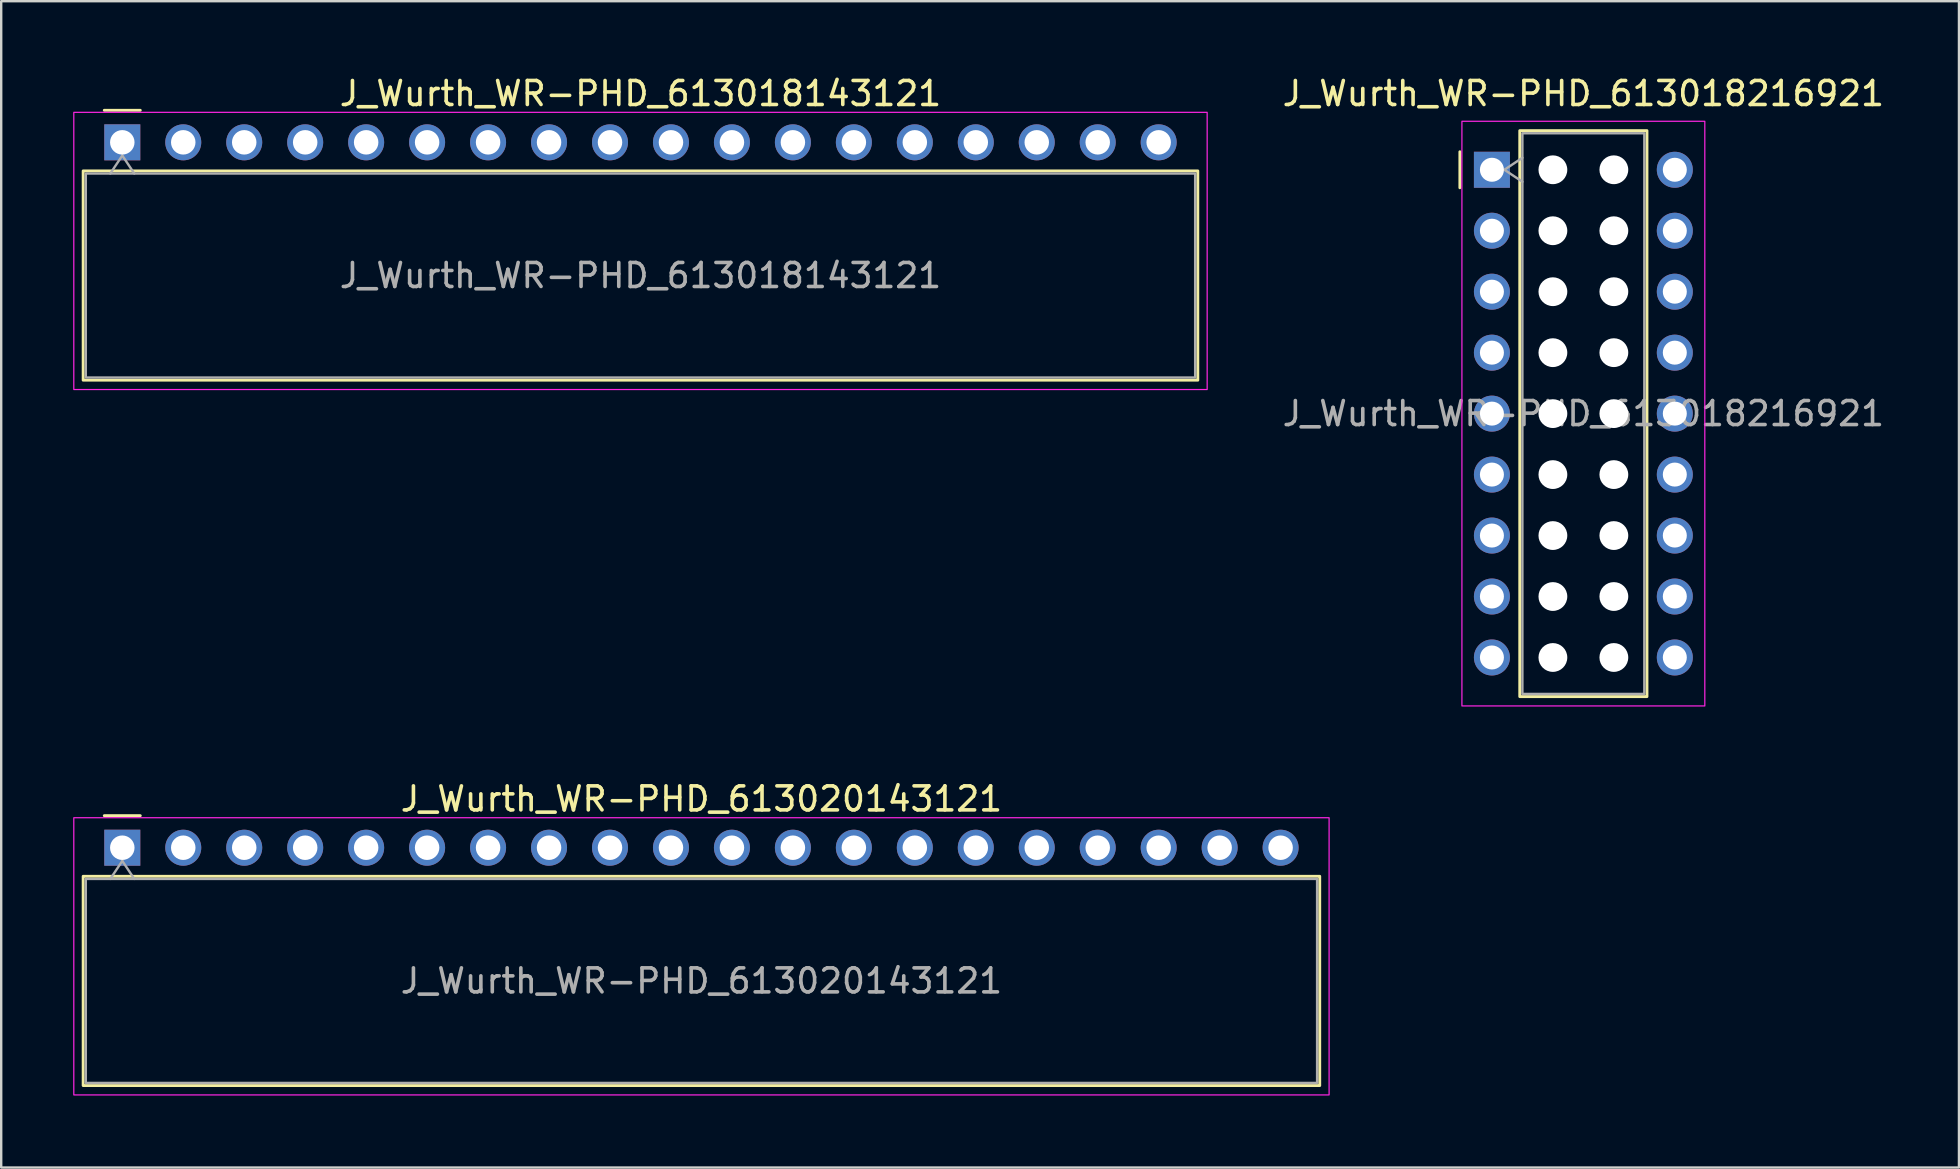
<source format=kicad_pcb>
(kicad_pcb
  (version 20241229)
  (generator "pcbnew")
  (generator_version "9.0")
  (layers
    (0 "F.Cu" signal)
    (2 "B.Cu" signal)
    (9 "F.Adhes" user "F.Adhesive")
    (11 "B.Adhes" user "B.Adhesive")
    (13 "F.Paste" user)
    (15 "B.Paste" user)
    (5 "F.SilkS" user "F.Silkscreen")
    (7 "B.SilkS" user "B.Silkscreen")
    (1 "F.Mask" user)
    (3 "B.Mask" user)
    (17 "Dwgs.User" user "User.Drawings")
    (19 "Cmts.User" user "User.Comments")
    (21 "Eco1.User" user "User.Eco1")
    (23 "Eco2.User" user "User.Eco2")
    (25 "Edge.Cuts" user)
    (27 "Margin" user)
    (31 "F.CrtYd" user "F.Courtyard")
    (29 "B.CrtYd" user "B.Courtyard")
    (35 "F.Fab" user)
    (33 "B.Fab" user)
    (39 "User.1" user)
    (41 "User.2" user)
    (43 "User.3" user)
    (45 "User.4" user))
  (footprint "J_Wurth_WR-PHD_613018216921"
    (layer "F.Cu")
    (at 59.109 4.023)
    (property "Reference" "J_Wurth_WR-PHD_613018216921" (at 3.81 -3.175 0) (unlocked yes) (layer "F.SilkS") (effects (font (size 1 1) (thickness 0.15))))
    (attr through_hole)
    (fp_line (start -1.335 -0.75) (end -1.335 0.75) (stroke (width 0.12) (type solid)) (layer "F.SilkS"))
    (fp_rect (start 1.16 -1.63) (end 6.46 21.95) (stroke (width 0.12) (type solid)) (fill no) (layer "F.SilkS"))
    (fp_rect (start -1.25 -2.02) (end 8.87 22.34) (stroke (width 0.05) (type solid)) (fill no) (layer "F.CrtYd"))
    (fp_line (start 0.52 0) (end 1.27 -0.5) (stroke (width 0.1) (type solid)) (layer "F.Fab"))
    (fp_line (start 0.52 0) (end 1.27 0.5) (stroke (width 0.1) (type solid)) (layer "F.Fab"))
    (fp_rect (start 1.27 -1.52) (end 6.35 21.84) (stroke (width 0.1) (type solid)) (fill no) (layer "F.Fab"))
    (fp_text user "${REFERENCE}" (at 3.81 10.16 0) (unlocked yes) (layer "F.Fab") (effects (font (size 1 1) (thickness 0.15))))
    (pad "" np_thru_hole circle (at 2.54 0 270) (size 1.2 1.2) (drill 1.2) (layers "*.Cu" "*.Mask"))
    (pad "" np_thru_hole circle (at 2.54 2.54 270) (size 1.2 1.2) (drill 1.2) (layers "*.Cu" "*.Mask"))
    (pad "" np_thru_hole circle (at 2.54 5.08 270) (size 1.2 1.2) (drill 1.2) (layers "*.Cu" "*.Mask"))
    (pad "" np_thru_hole circle (at 2.54 7.62 270) (size 1.2 1.2) (drill 1.2) (layers "*.Cu" "*.Mask"))
    (pad "" np_thru_hole circle (at 2.54 10.16 270) (size 1.2 1.2) (drill 1.2) (layers "*.Cu" "*.Mask"))
    (pad "" np_thru_hole circle (at 2.54 12.7 270) (size 1.2 1.2) (drill 1.2) (layers "*.Cu" "*.Mask"))
    (pad "" np_thru_hole circle (at 2.54 15.24 270) (size 1.2 1.2) (drill 1.2) (layers "*.Cu" "*.Mask"))
    (pad "" np_thru_hole circle (at 2.54 17.78 270) (size 1.2 1.2) (drill 1.2) (layers "*.Cu" "*.Mask"))
    (pad "" np_thru_hole circle (at 2.54 20.32 270) (size 1.2 1.2) (drill 1.2) (layers "*.Cu" "*.Mask"))
    (pad "" np_thru_hole circle (at 5.08 0 270) (size 1.2 1.2) (drill 1.2) (layers "*.Cu" "*.Mask"))
    (pad "" np_thru_hole circle (at 5.08 2.54 270) (size 1.2 1.2) (drill 1.2) (layers "*.Cu" "*.Mask"))
    (pad "" np_thru_hole circle (at 5.08 5.08 270) (size 1.2 1.2) (drill 1.2) (layers "*.Cu" "*.Mask"))
    (pad "" np_thru_hole circle (at 5.08 7.62 270) (size 1.2 1.2) (drill 1.2) (layers "*.Cu" "*.Mask"))
    (pad "" np_thru_hole circle (at 5.08 10.16 270) (size 1.2 1.2) (drill 1.2) (layers "*.Cu" "*.Mask"))
    (pad "" np_thru_hole circle (at 5.08 12.7 270) (size 1.2 1.2) (drill 1.2) (layers "*.Cu" "*.Mask"))
    (pad "" np_thru_hole circle (at 5.08 15.24 270) (size 1.2 1.2) (drill 1.2) (layers "*.Cu" "*.Mask"))
    (pad "" np_thru_hole circle (at 5.08 17.78 270) (size 1.2 1.2) (drill 1.2) (layers "*.Cu" "*.Mask"))
    (pad "" np_thru_hole circle (at 5.08 20.32 270) (size 1.2 1.2) (drill 1.2) (layers "*.Cu" "*.Mask"))
    (pad "1" thru_hole rect (at 0 0 270) (size 1.5 1.5) (drill 1) (layers "*.Cu" "*.Mask"))
    (pad "2" thru_hole circle (at 7.62 0 270) (size 1.5 1.5) (drill 1) (layers "*.Cu" "*.Mask"))
    (pad "3" thru_hole circle (at 0 2.54 270) (size 1.5 1.5) (drill 1) (layers "*.Cu" "*.Mask"))
    (pad "4" thru_hole circle (at 7.62 2.54 270) (size 1.5 1.5) (drill 1) (layers "*.Cu" "*.Mask"))
    (pad "5" thru_hole circle (at 0 5.08 270) (size 1.5 1.5) (drill 1) (layers "*.Cu" "*.Mask"))
    (pad "6" thru_hole circle (at 7.62 5.08 270) (size 1.5 1.5) (drill 1) (layers "*.Cu" "*.Mask"))
    (pad "7" thru_hole circle (at 0 7.62 270) (size 1.5 1.5) (drill 1) (layers "*.Cu" "*.Mask"))
    (pad "8" thru_hole circle (at 7.62 7.62 270) (size 1.5 1.5) (drill 1) (layers "*.Cu" "*.Mask"))
    (pad "9" thru_hole circle (at 0 10.16 270) (size 1.5 1.5) (drill 1) (layers "*.Cu" "*.Mask"))
    (pad "10" thru_hole circle (at 7.62 10.16 270) (size 1.5 1.5) (drill 1) (layers "*.Cu" "*.Mask"))
    (pad "11" thru_hole circle (at 0 12.7 270) (size 1.5 1.5) (drill 1) (layers "*.Cu" "*.Mask"))
    (pad "12" thru_hole circle (at 7.62 12.7 270) (size 1.5 1.5) (drill 1) (layers "*.Cu" "*.Mask"))
    (pad "13" thru_hole circle (at 0 15.24 270) (size 1.5 1.5) (drill 1) (layers "*.Cu" "*.Mask"))
    (pad "14" thru_hole circle (at 7.62 15.24 270) (size 1.5 1.5) (drill 1) (layers "*.Cu" "*.Mask"))
    (pad "15" thru_hole circle (at 0 17.78 270) (size 1.5 1.5) (drill 1) (layers "*.Cu" "*.Mask"))
    (pad "16" thru_hole circle (at 7.62 17.78 270) (size 1.5 1.5) (drill 1) (layers "*.Cu" "*.Mask"))
    (pad "17" thru_hole circle (at 0 20.32 270) (size 1.5 1.5) (drill 1) (layers "*.Cu" "*.Mask"))
    (pad "18" thru_hole circle (at 7.62 20.32 270) (size 1.5 1.5) (drill 1) (layers "*.Cu" "*.Mask")))
  (footprint "J_Wurth_WR-PHD_613018143121"
    (layer "F.Cu")
    (at 2.045 2.88)
    (property "Reference" "J_Wurth_WR-PHD_613018143121" (at 21.59 -2.032 0) (unlocked yes) (layer "F.SilkS") (effects (font (size 1 1) (thickness 0.15))))
    (attr through_hole)
    (fp_line (start -0.75 -1.335) (end 0.75 -1.335) (stroke (width 0.12) (type solid)) (layer "F.SilkS"))
    (fp_rect (start -1.63 1.19) (end 44.81 9.91) (stroke (width 0.12) (type solid)) (fill no) (layer "F.SilkS"))
    (fp_rect (start -2.02 -1.25) (end 45.2 10.3) (stroke (width 0.05) (type solid)) (fill no) (layer "F.CrtYd"))
    (fp_line (start 0 0.55) (end -0.5 1.3) (stroke (width 0.1) (type solid)) (layer "F.Fab"))
    (fp_line (start 0 0.55) (end 0.5 1.3) (stroke (width 0.1) (type solid)) (layer "F.Fab"))
    (fp_rect (start -1.52 1.3) (end 44.7 9.8) (stroke (width 0.1) (type solid)) (fill no) (layer "F.Fab"))
    (fp_text user "${REFERENCE}" (at 21.59 5.55 0) (unlocked yes) (layer "F.Fab") (effects (font (size 1 1) (thickness 0.15))))
    (pad "1" thru_hole rect (at 0 0) (size 1.5 1.5) (drill 1.02) (layers "*.Cu" "*.Mask"))
    (pad "2" thru_hole circle (at 2.54 0) (size 1.5 1.5) (drill 1.02) (layers "*.Cu" "*.Mask"))
    (pad "3" thru_hole circle (at 5.08 0) (size 1.5 1.5) (drill 1.02) (layers "*.Cu" "*.Mask"))
    (pad "4" thru_hole circle (at 7.62 0) (size 1.5 1.5) (drill 1.02) (layers "*.Cu" "*.Mask"))
    (pad "5" thru_hole circle (at 10.16 0) (size 1.5 1.5) (drill 1.02) (layers "*.Cu" "*.Mask"))
    (pad "6" thru_hole circle (at 12.7 0) (size 1.5 1.5) (drill 1.02) (layers "*.Cu" "*.Mask"))
    (pad "7" thru_hole circle (at 15.24 0) (size 1.5 1.5) (drill 1.02) (layers "*.Cu" "*.Mask"))
    (pad "8" thru_hole circle (at 17.78 0) (size 1.5 1.5) (drill 1.02) (layers "*.Cu" "*.Mask"))
    (pad "9" thru_hole circle (at 20.32 0) (size 1.5 1.5) (drill 1.02) (layers "*.Cu" "*.Mask"))
    (pad "10" thru_hole circle (at 22.86 0) (size 1.5 1.5) (drill 1.02) (layers "*.Cu" "*.Mask"))
    (pad "11" thru_hole circle (at 25.4 0) (size 1.5 1.5) (drill 1.02) (layers "*.Cu" "*.Mask"))
    (pad "12" thru_hole circle (at 27.94 0) (size 1.5 1.5) (drill 1.02) (layers "*.Cu" "*.Mask"))
    (pad "13" thru_hole circle (at 30.48 0) (size 1.5 1.5) (drill 1.02) (layers "*.Cu" "*.Mask"))
    (pad "14" thru_hole circle (at 33.02 0) (size 1.5 1.5) (drill 1.02) (layers "*.Cu" "*.Mask"))
    (pad "15" thru_hole circle (at 35.56 0) (size 1.5 1.5) (drill 1.02) (layers "*.Cu" "*.Mask"))
    (pad "16" thru_hole circle (at 38.1 0) (size 1.5 1.5) (drill 1.02) (layers "*.Cu" "*.Mask"))
    (pad "17" thru_hole circle (at 40.64 0) (size 1.5 1.5) (drill 1.02) (layers "*.Cu" "*.Mask"))
    (pad "18" thru_hole circle (at 43.18 0) (size 1.5 1.5) (drill 1.02) (layers "*.Cu" "*.Mask")))
  (footprint "J_Wurth_WR-PHD_613020143121"
    (layer "F.Cu")
    (at 2.045 32.269)
    (property "Reference" "J_Wurth_WR-PHD_613020143121" (at 24.13 -2.032 0) (unlocked yes) (layer "F.SilkS") (effects (font (size 1 1) (thickness 0.15))))
    (attr through_hole)
    (fp_line (start -0.75 -1.335) (end 0.75 -1.335) (stroke (width 0.12) (type solid)) (layer "F.SilkS"))
    (fp_rect (start -1.63 1.19) (end 49.89 9.91) (stroke (width 0.12) (type solid)) (fill no) (layer "F.SilkS"))
    (fp_rect (start -2.02 -1.25) (end 50.28 10.3) (stroke (width 0.05) (type solid)) (fill no) (layer "F.CrtYd"))
    (fp_line (start 0 0.55) (end -0.5 1.3) (stroke (width 0.1) (type solid)) (layer "F.Fab"))
    (fp_line (start 0 0.55) (end 0.5 1.3) (stroke (width 0.1) (type solid)) (layer "F.Fab"))
    (fp_rect (start -1.52 1.3) (end 49.78 9.8) (stroke (width 0.1) (type solid)) (fill no) (layer "F.Fab"))
    (fp_text user "${REFERENCE}" (at 24.13 5.55 0) (unlocked yes) (layer "F.Fab") (effects (font (size 1 1) (thickness 0.15))))
    (pad "1" thru_hole rect (at 0 0) (size 1.5 1.5) (drill 1.02) (layers "*.Cu" "*.Mask"))
    (pad "2" thru_hole circle (at 2.54 0) (size 1.5 1.5) (drill 1.02) (layers "*.Cu" "*.Mask"))
    (pad "3" thru_hole circle (at 5.08 0) (size 1.5 1.5) (drill 1.02) (layers "*.Cu" "*.Mask"))
    (pad "4" thru_hole circle (at 7.62 0) (size 1.5 1.5) (drill 1.02) (layers "*.Cu" "*.Mask"))
    (pad "5" thru_hole circle (at 10.16 0) (size 1.5 1.5) (drill 1.02) (layers "*.Cu" "*.Mask"))
    (pad "6" thru_hole circle (at 12.7 0) (size 1.5 1.5) (drill 1.02) (layers "*.Cu" "*.Mask"))
    (pad "7" thru_hole circle (at 15.24 0) (size 1.5 1.5) (drill 1.02) (layers "*.Cu" "*.Mask"))
    (pad "8" thru_hole circle (at 17.78 0) (size 1.5 1.5) (drill 1.02) (layers "*.Cu" "*.Mask"))
    (pad "9" thru_hole circle (at 20.32 0) (size 1.5 1.5) (drill 1.02) (layers "*.Cu" "*.Mask"))
    (pad "10" thru_hole circle (at 22.86 0) (size 1.5 1.5) (drill 1.02) (layers "*.Cu" "*.Mask"))
    (pad "11" thru_hole circle (at 25.4 0) (size 1.5 1.5) (drill 1.02) (layers "*.Cu" "*.Mask"))
    (pad "12" thru_hole circle (at 27.94 0) (size 1.5 1.5) (drill 1.02) (layers "*.Cu" "*.Mask"))
    (pad "13" thru_hole circle (at 30.48 0) (size 1.5 1.5) (drill 1.02) (layers "*.Cu" "*.Mask"))
    (pad "14" thru_hole circle (at 33.02 0) (size 1.5 1.5) (drill 1.02) (layers "*.Cu" "*.Mask"))
    (pad "15" thru_hole circle (at 35.56 0) (size 1.5 1.5) (drill 1.02) (layers "*.Cu" "*.Mask"))
    (pad "16" thru_hole circle (at 38.1 0) (size 1.5 1.5) (drill 1.02) (layers "*.Cu" "*.Mask"))
    (pad "17" thru_hole circle (at 40.64 0) (size 1.5 1.5) (drill 1.02) (layers "*.Cu" "*.Mask"))
    (pad "18" thru_hole circle (at 43.18 0) (size 1.5 1.5) (drill 1.02) (layers "*.Cu" "*.Mask"))
    (pad "19" thru_hole circle (at 45.72 0) (size 1.5 1.5) (drill 1.02) (layers "*.Cu" "*.Mask"))
    (pad "20" thru_hole circle (at 48.26 0) (size 1.5 1.5) (drill 1.02) (layers "*.Cu" "*.Mask")))
  (gr_rect
    (start -3 -3)
    (end 78.568 45.593)
    (stroke (width 0.1) (type default))
    (fill no)
    (layer "Edge.Cuts")))
</source>
